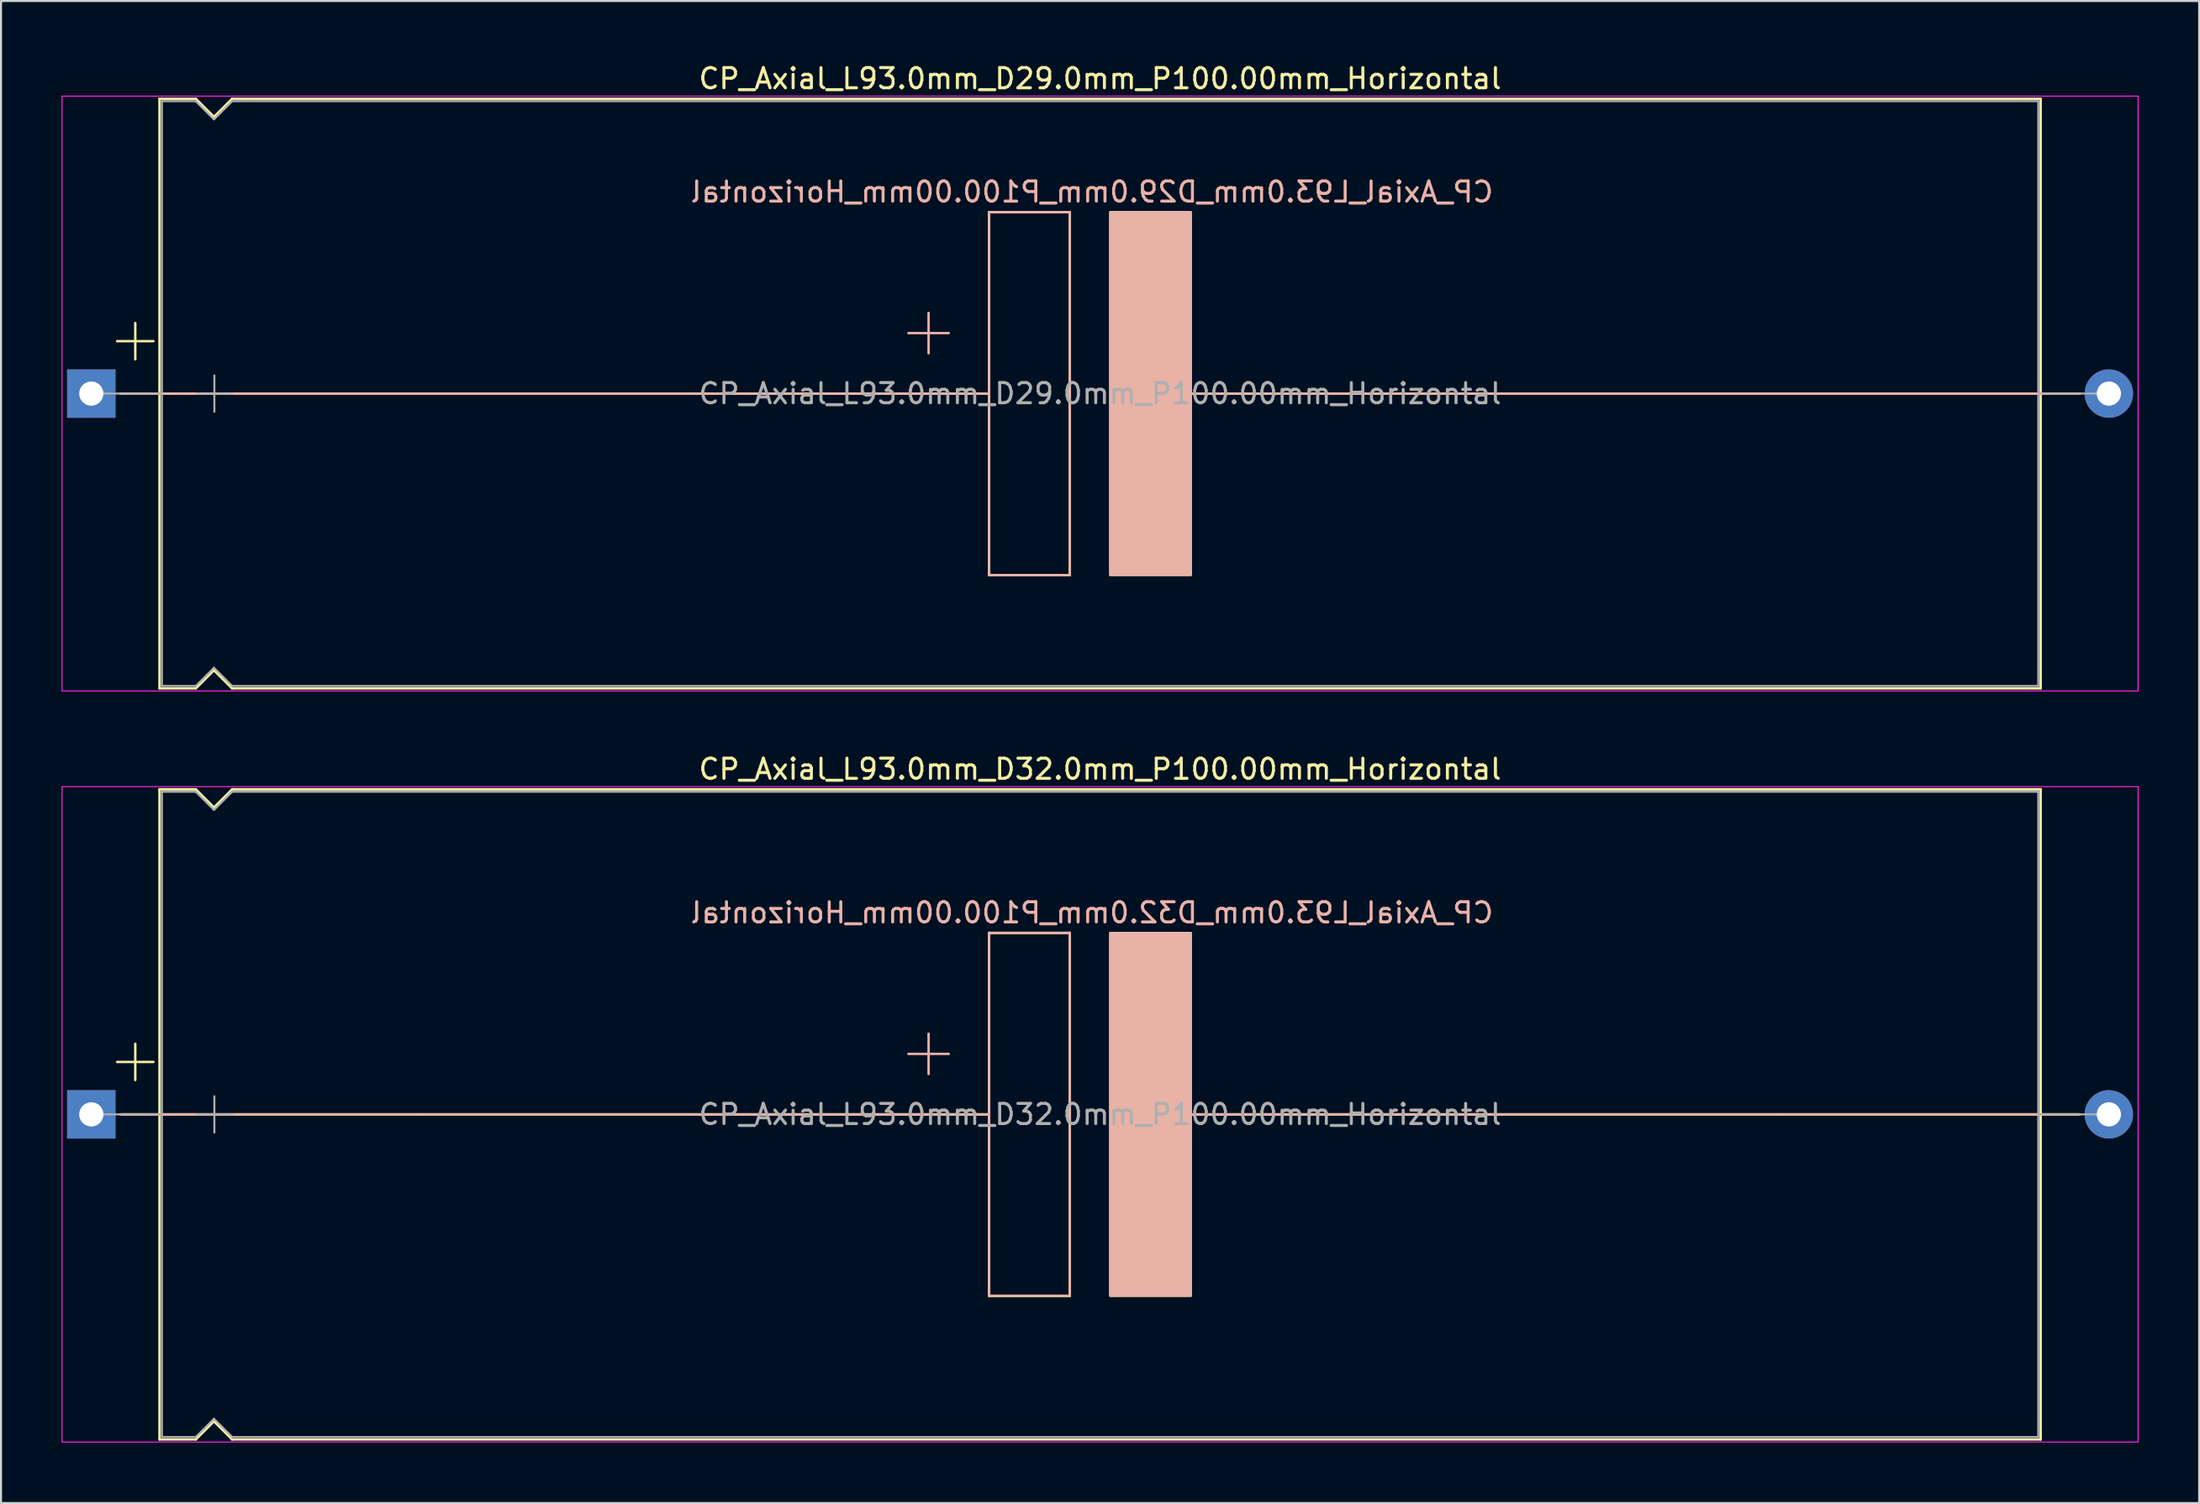
<source format=kicad_pcb>
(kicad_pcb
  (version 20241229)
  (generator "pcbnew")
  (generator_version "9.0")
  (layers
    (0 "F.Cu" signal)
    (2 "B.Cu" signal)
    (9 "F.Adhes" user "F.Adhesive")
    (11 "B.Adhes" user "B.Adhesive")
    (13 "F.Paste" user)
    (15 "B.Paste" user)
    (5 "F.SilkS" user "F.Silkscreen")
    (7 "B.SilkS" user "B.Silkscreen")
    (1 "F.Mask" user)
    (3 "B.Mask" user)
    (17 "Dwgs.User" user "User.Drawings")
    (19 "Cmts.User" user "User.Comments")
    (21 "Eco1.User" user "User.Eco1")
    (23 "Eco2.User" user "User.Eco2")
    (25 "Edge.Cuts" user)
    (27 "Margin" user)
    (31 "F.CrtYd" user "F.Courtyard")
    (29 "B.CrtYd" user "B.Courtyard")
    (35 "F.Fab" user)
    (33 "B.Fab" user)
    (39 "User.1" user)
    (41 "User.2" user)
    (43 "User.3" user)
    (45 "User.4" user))
  (footprint "CP_Axial_L93.0mm_D29.0mm_P100.00mm_Horizontal"
    (layer "F.Cu")
    (at 1.475 16.468)
    (property "Reference" "CP_Axial_L93.0mm_D29.0mm_P100.00mm_Horizontal" (at 50 -15.62 0) (layer "F.SilkS") (effects (font (size 1 1) (thickness 0.15))))
    (fp_line (start 1.28 -2.6) (end 3.08 -2.6) (stroke (width 0.12) (type solid)) (layer "F.SilkS"))
    (fp_line (start 1.44 0) (end 3.38 0) (stroke (width 0.12) (type solid)) (layer "F.SilkS"))
    (fp_line (start 2.18 -3.5) (end 2.18 -1.7) (stroke (width 0.12) (type solid)) (layer "F.SilkS"))
    (fp_line (start 3.38 -14.62) (end 3.38 14.62) (stroke (width 0.12) (type solid)) (layer "F.SilkS"))
    (fp_line (start 3.38 -14.62) (end 5.18 -14.62) (stroke (width 0.12) (type solid)) (layer "F.SilkS"))
    (fp_line (start 3.38 0) (end 44.5 0) (stroke (width 0.12) (type solid)) (layer "F.SilkS"))
    (fp_line (start 3.38 14.62) (end 5.18 14.62) (stroke (width 0.12) (type solid)) (layer "F.SilkS"))
    (fp_line (start 5.18 -14.62) (end 6.08 -13.72) (stroke (width 0.12) (type solid)) (layer "F.SilkS"))
    (fp_line (start 5.18 14.62) (end 6.08 13.72) (stroke (width 0.12) (type solid)) (layer "F.SilkS"))
    (fp_line (start 6.08 -13.72) (end 6.98 -14.62) (stroke (width 0.12) (type solid)) (layer "F.SilkS"))
    (fp_line (start 6.08 13.72) (end 6.98 14.62) (stroke (width 0.12) (type solid)) (layer "F.SilkS"))
    (fp_line (start 6.98 -14.62) (end 96.62 -14.62) (stroke (width 0.12) (type solid)) (layer "F.SilkS"))
    (fp_line (start 6.98 14.62) (end 96.62 14.62) (stroke (width 0.12) (type solid)) (layer "F.SilkS"))
    (fp_line (start 44.5 -9) (end 48.5 -9) (stroke (width 0.12) (type solid)) (layer "F.SilkS"))
    (fp_line (start 44.5 9) (end 44.5 -9) (stroke (width 0.12) (type solid)) (layer "F.SilkS"))
    (fp_line (start 48.5 -9) (end 48.5 9) (stroke (width 0.12) (type solid)) (layer "F.SilkS"))
    (fp_line (start 48.5 9) (end 44.5 9) (stroke (width 0.12) (type solid)) (layer "F.SilkS"))
    (fp_line (start 54.5 0) (end 96.62 0) (stroke (width 0.12) (type solid)) (layer "F.SilkS"))
    (fp_line (start 96.62 -14.62) (end 96.62 14.62) (stroke (width 0.12) (type solid)) (layer "F.SilkS"))
    (fp_line (start 98.56 0) (end 96.62 0) (stroke (width 0.12) (type solid)) (layer "F.SilkS"))
    (fp_poly (pts (xy 54.5 9) (xy 50.5 9) (xy 50.5 -9) (xy 54.5 -9)) (stroke (width 0.1) (type solid)) (fill yes) (layer "F.SilkS"))
    (fp_line (start 1.5 0) (end 16.38 0) (stroke (width 0.12) (type solid)) (layer "B.SilkS"))
    (fp_line (start 16.38 0) (end 44.5 0) (stroke (width 0.12) (type solid)) (layer "B.SilkS"))
    (fp_line (start 41.5 -2) (end 41.5 -4) (stroke (width 0.12) (type solid)) (layer "B.SilkS"))
    (fp_line (start 42.5 -3) (end 40.5 -3) (stroke (width 0.12) (type solid)) (layer "B.SilkS"))
    (fp_line (start 44.5 -9) (end 48.5 -9) (stroke (width 0.12) (type solid)) (layer "B.SilkS"))
    (fp_line (start 44.5 9) (end 44.5 -9) (stroke (width 0.12) (type solid)) (layer "B.SilkS"))
    (fp_line (start 48.5 -9) (end 48.5 9) (stroke (width 0.12) (type solid)) (layer "B.SilkS"))
    (fp_line (start 48.5 9) (end 44.5 9) (stroke (width 0.12) (type solid)) (layer "B.SilkS"))
    (fp_line (start 54.5 0) (end 83.62 0) (stroke (width 0.12) (type solid)) (layer "B.SilkS"))
    (fp_line (start 98.5 0) (end 83.62 0) (stroke (width 0.12) (type solid)) (layer "B.SilkS"))
    (fp_poly (pts (xy 54.5 9) (xy 50.5 9) (xy 50.5 -9) (xy 54.5 -9)) (stroke (width 0.1) (type solid)) (fill yes) (layer "B.SilkS"))
    (fp_line (start -1.45 -14.75) (end -1.45 14.75) (stroke (width 0.05) (type solid)) (layer "F.CrtYd"))
    (fp_line (start -1.45 14.75) (end 101.45 14.75) (stroke (width 0.05) (type solid)) (layer "F.CrtYd"))
    (fp_line (start 101.45 -14.75) (end -1.45 -14.75) (stroke (width 0.05) (type solid)) (layer "F.CrtYd"))
    (fp_line (start 101.45 14.75) (end 101.45 -14.75) (stroke (width 0.05) (type solid)) (layer "F.CrtYd"))
    (fp_line (start 0 0) (end 3.5 0) (stroke (width 0.1) (type solid)) (layer "F.Fab"))
    (fp_line (start 3.5 -14.5) (end 3.5 14.5) (stroke (width 0.1) (type solid)) (layer "F.Fab"))
    (fp_line (start 3.5 -14.5) (end 5.18 -14.5) (stroke (width 0.1) (type solid)) (layer "F.Fab"))
    (fp_line (start 3.5 14.5) (end 5.18 14.5) (stroke (width 0.1) (type solid)) (layer "F.Fab"))
    (fp_line (start 5.18 -14.5) (end 6.08 -13.6) (stroke (width 0.1) (type solid)) (layer "F.Fab"))
    (fp_line (start 5.18 14.5) (end 6.08 13.6) (stroke (width 0.1) (type solid)) (layer "F.Fab"))
    (fp_line (start 5.2 0) (end 7 0) (stroke (width 0.1) (type solid)) (layer "F.Fab"))
    (fp_line (start 6.08 -13.6) (end 6.98 -14.5) (stroke (width 0.1) (type solid)) (layer "F.Fab"))
    (fp_line (start 6.08 13.6) (end 6.98 14.5) (stroke (width 0.1) (type solid)) (layer "F.Fab"))
    (fp_line (start 6.1 -0.9) (end 6.1 0.9) (stroke (width 0.1) (type solid)) (layer "F.Fab"))
    (fp_line (start 6.98 -14.5) (end 96.5 -14.5) (stroke (width 0.1) (type solid)) (layer "F.Fab"))
    (fp_line (start 6.98 14.5) (end 96.5 14.5) (stroke (width 0.1) (type solid)) (layer "F.Fab"))
    (fp_line (start 96.5 -14.5) (end 96.5 14.5) (stroke (width 0.1) (type solid)) (layer "F.Fab"))
    (fp_line (start 100 0) (end 96.5 0) (stroke (width 0.1) (type solid)) (layer "F.Fab"))
    (fp_text user "${REFERENCE}" (at 49.6 -10 0) (layer "B.SilkS") (effects (font (size 1 1) (thickness 0.15)) (justify mirror)))
    (fp_text user "${REFERENCE}" (at 50 0 0) (layer "F.Fab") (effects (font (size 1 1) (thickness 0.15))))
    (pad "1" thru_hole rect (at 0 0) (size 2.4 2.4) (drill 1.2) (layers "*.Cu" "*.Mask"))
    (pad "2" thru_hole oval (at 100 0) (size 2.4 2.4) (drill 1.2) (layers "*.Cu" "*.Mask")))
  (footprint "CP_Axial_L93.0mm_D32.0mm_P100.00mm_Horizontal"
    (layer "F.Cu")
    (at 1.475 52.212)
    (property "Reference" "CP_Axial_L93.0mm_D32.0mm_P100.00mm_Horizontal" (at 50 -17.12 0) (layer "F.SilkS") (effects (font (size 1 1) (thickness 0.15))))
    (fp_line (start 1.28 -2.6) (end 3.08 -2.6) (stroke (width 0.12) (type solid)) (layer "F.SilkS"))
    (fp_line (start 1.44 0) (end 3.38 0) (stroke (width 0.12) (type solid)) (layer "F.SilkS"))
    (fp_line (start 2.18 -3.5) (end 2.18 -1.7) (stroke (width 0.12) (type solid)) (layer "F.SilkS"))
    (fp_line (start 3.38 -16.12) (end 3.38 16.12) (stroke (width 0.12) (type solid)) (layer "F.SilkS"))
    (fp_line (start 3.38 -16.12) (end 5.18 -16.12) (stroke (width 0.12) (type solid)) (layer "F.SilkS"))
    (fp_line (start 3.38 0) (end 44.5 0) (stroke (width 0.12) (type solid)) (layer "F.SilkS"))
    (fp_line (start 3.38 16.12) (end 5.18 16.12) (stroke (width 0.12) (type solid)) (layer "F.SilkS"))
    (fp_line (start 5.18 -16.12) (end 6.08 -15.22) (stroke (width 0.12) (type solid)) (layer "F.SilkS"))
    (fp_line (start 5.18 16.12) (end 6.08 15.22) (stroke (width 0.12) (type solid)) (layer "F.SilkS"))
    (fp_line (start 6.08 -15.22) (end 6.98 -16.12) (stroke (width 0.12) (type solid)) (layer "F.SilkS"))
    (fp_line (start 6.08 15.22) (end 6.98 16.12) (stroke (width 0.12) (type solid)) (layer "F.SilkS"))
    (fp_line (start 6.98 -16.12) (end 96.62 -16.12) (stroke (width 0.12) (type solid)) (layer "F.SilkS"))
    (fp_line (start 6.98 16.12) (end 96.62 16.12) (stroke (width 0.12) (type solid)) (layer "F.SilkS"))
    (fp_line (start 44.5 -9) (end 48.5 -9) (stroke (width 0.12) (type solid)) (layer "F.SilkS"))
    (fp_line (start 44.5 9) (end 44.5 -9) (stroke (width 0.12) (type solid)) (layer "F.SilkS"))
    (fp_line (start 48.5 -9) (end 48.5 9) (stroke (width 0.12) (type solid)) (layer "F.SilkS"))
    (fp_line (start 48.5 9) (end 44.5 9) (stroke (width 0.12) (type solid)) (layer "F.SilkS"))
    (fp_line (start 54.5 0) (end 96.62 0) (stroke (width 0.12) (type solid)) (layer "F.SilkS"))
    (fp_line (start 96.62 -16.12) (end 96.62 16.12) (stroke (width 0.12) (type solid)) (layer "F.SilkS"))
    (fp_line (start 98.56 0) (end 96.62 0) (stroke (width 0.12) (type solid)) (layer "F.SilkS"))
    (fp_poly (pts (xy 54.5 9) (xy 50.5 9) (xy 50.5 -9) (xy 54.5 -9)) (stroke (width 0.1) (type solid)) (fill yes) (layer "F.SilkS"))
    (fp_line (start 1.5 0) (end 16.38 0) (stroke (width 0.12) (type solid)) (layer "B.SilkS"))
    (fp_line (start 16.38 0) (end 44.5 0) (stroke (width 0.12) (type solid)) (layer "B.SilkS"))
    (fp_line (start 41.5 -2) (end 41.5 -4) (stroke (width 0.12) (type solid)) (layer "B.SilkS"))
    (fp_line (start 42.5 -3) (end 40.5 -3) (stroke (width 0.12) (type solid)) (layer "B.SilkS"))
    (fp_line (start 44.5 -9) (end 48.5 -9) (stroke (width 0.12) (type solid)) (layer "B.SilkS"))
    (fp_line (start 44.5 9) (end 44.5 -9) (stroke (width 0.12) (type solid)) (layer "B.SilkS"))
    (fp_line (start 48.5 -9) (end 48.5 9) (stroke (width 0.12) (type solid)) (layer "B.SilkS"))
    (fp_line (start 48.5 9) (end 44.5 9) (stroke (width 0.12) (type solid)) (layer "B.SilkS"))
    (fp_line (start 54.5 0) (end 83.62 0) (stroke (width 0.12) (type solid)) (layer "B.SilkS"))
    (fp_line (start 98.5 0) (end 83.62 0) (stroke (width 0.12) (type solid)) (layer "B.SilkS"))
    (fp_poly (pts (xy 54.5 9) (xy 50.5 9) (xy 50.5 -9) (xy 54.5 -9)) (stroke (width 0.1) (type solid)) (fill yes) (layer "B.SilkS"))
    (fp_line (start -1.45 -16.25) (end -1.45 16.25) (stroke (width 0.05) (type solid)) (layer "F.CrtYd"))
    (fp_line (start -1.45 16.25) (end 101.45 16.25) (stroke (width 0.05) (type solid)) (layer "F.CrtYd"))
    (fp_line (start 101.45 -16.25) (end -1.45 -16.25) (stroke (width 0.05) (type solid)) (layer "F.CrtYd"))
    (fp_line (start 101.45 16.25) (end 101.45 -16.25) (stroke (width 0.05) (type solid)) (layer "F.CrtYd"))
    (fp_line (start 0 0) (end 3.5 0) (stroke (width 0.1) (type solid)) (layer "F.Fab"))
    (fp_line (start 3.5 -16) (end 3.5 16) (stroke (width 0.1) (type solid)) (layer "F.Fab"))
    (fp_line (start 3.5 -16) (end 5.18 -16) (stroke (width 0.1) (type solid)) (layer "F.Fab"))
    (fp_line (start 3.5 16) (end 5.18 16) (stroke (width 0.1) (type solid)) (layer "F.Fab"))
    (fp_line (start 5.18 -16) (end 6.08 -15.1) (stroke (width 0.1) (type solid)) (layer "F.Fab"))
    (fp_line (start 5.18 16) (end 6.08 15.1) (stroke (width 0.1) (type solid)) (layer "F.Fab"))
    (fp_line (start 5.2 0) (end 7 0) (stroke (width 0.1) (type solid)) (layer "F.Fab"))
    (fp_line (start 6.08 -15.1) (end 6.98 -16) (stroke (width 0.1) (type solid)) (layer "F.Fab"))
    (fp_line (start 6.08 15.1) (end 6.98 16) (stroke (width 0.1) (type solid)) (layer "F.Fab"))
    (fp_line (start 6.1 -0.9) (end 6.1 0.9) (stroke (width 0.1) (type solid)) (layer "F.Fab"))
    (fp_line (start 6.98 -16) (end 96.5 -16) (stroke (width 0.1) (type solid)) (layer "F.Fab"))
    (fp_line (start 6.98 16) (end 96.5 16) (stroke (width 0.1) (type solid)) (layer "F.Fab"))
    (fp_line (start 96.5 -16) (end 96.5 16) (stroke (width 0.1) (type solid)) (layer "F.Fab"))
    (fp_line (start 100 0) (end 96.5 0) (stroke (width 0.1) (type solid)) (layer "F.Fab"))
    (fp_text user "${REFERENCE}" (at 49.6 -10 0) (layer "B.SilkS") (effects (font (size 1 1) (thickness 0.15)) (justify mirror)))
    (fp_text user "${REFERENCE}" (at 50 0 0) (layer "F.Fab") (effects (font (size 1 1) (thickness 0.15))))
    (pad "1" thru_hole rect (at 0 0) (size 2.4 2.4) (drill 1.2) (layers "*.Cu" "*.Mask"))
    (pad "2" thru_hole oval (at 100 0) (size 2.4 2.4) (drill 1.2) (layers "*.Cu" "*.Mask")))
  (gr_rect
    (start -3 -3)
    (end 105.95 71.487)
    (stroke (width 0.1) (type default))
    (fill no)
    (layer "Edge.Cuts")))
</source>
